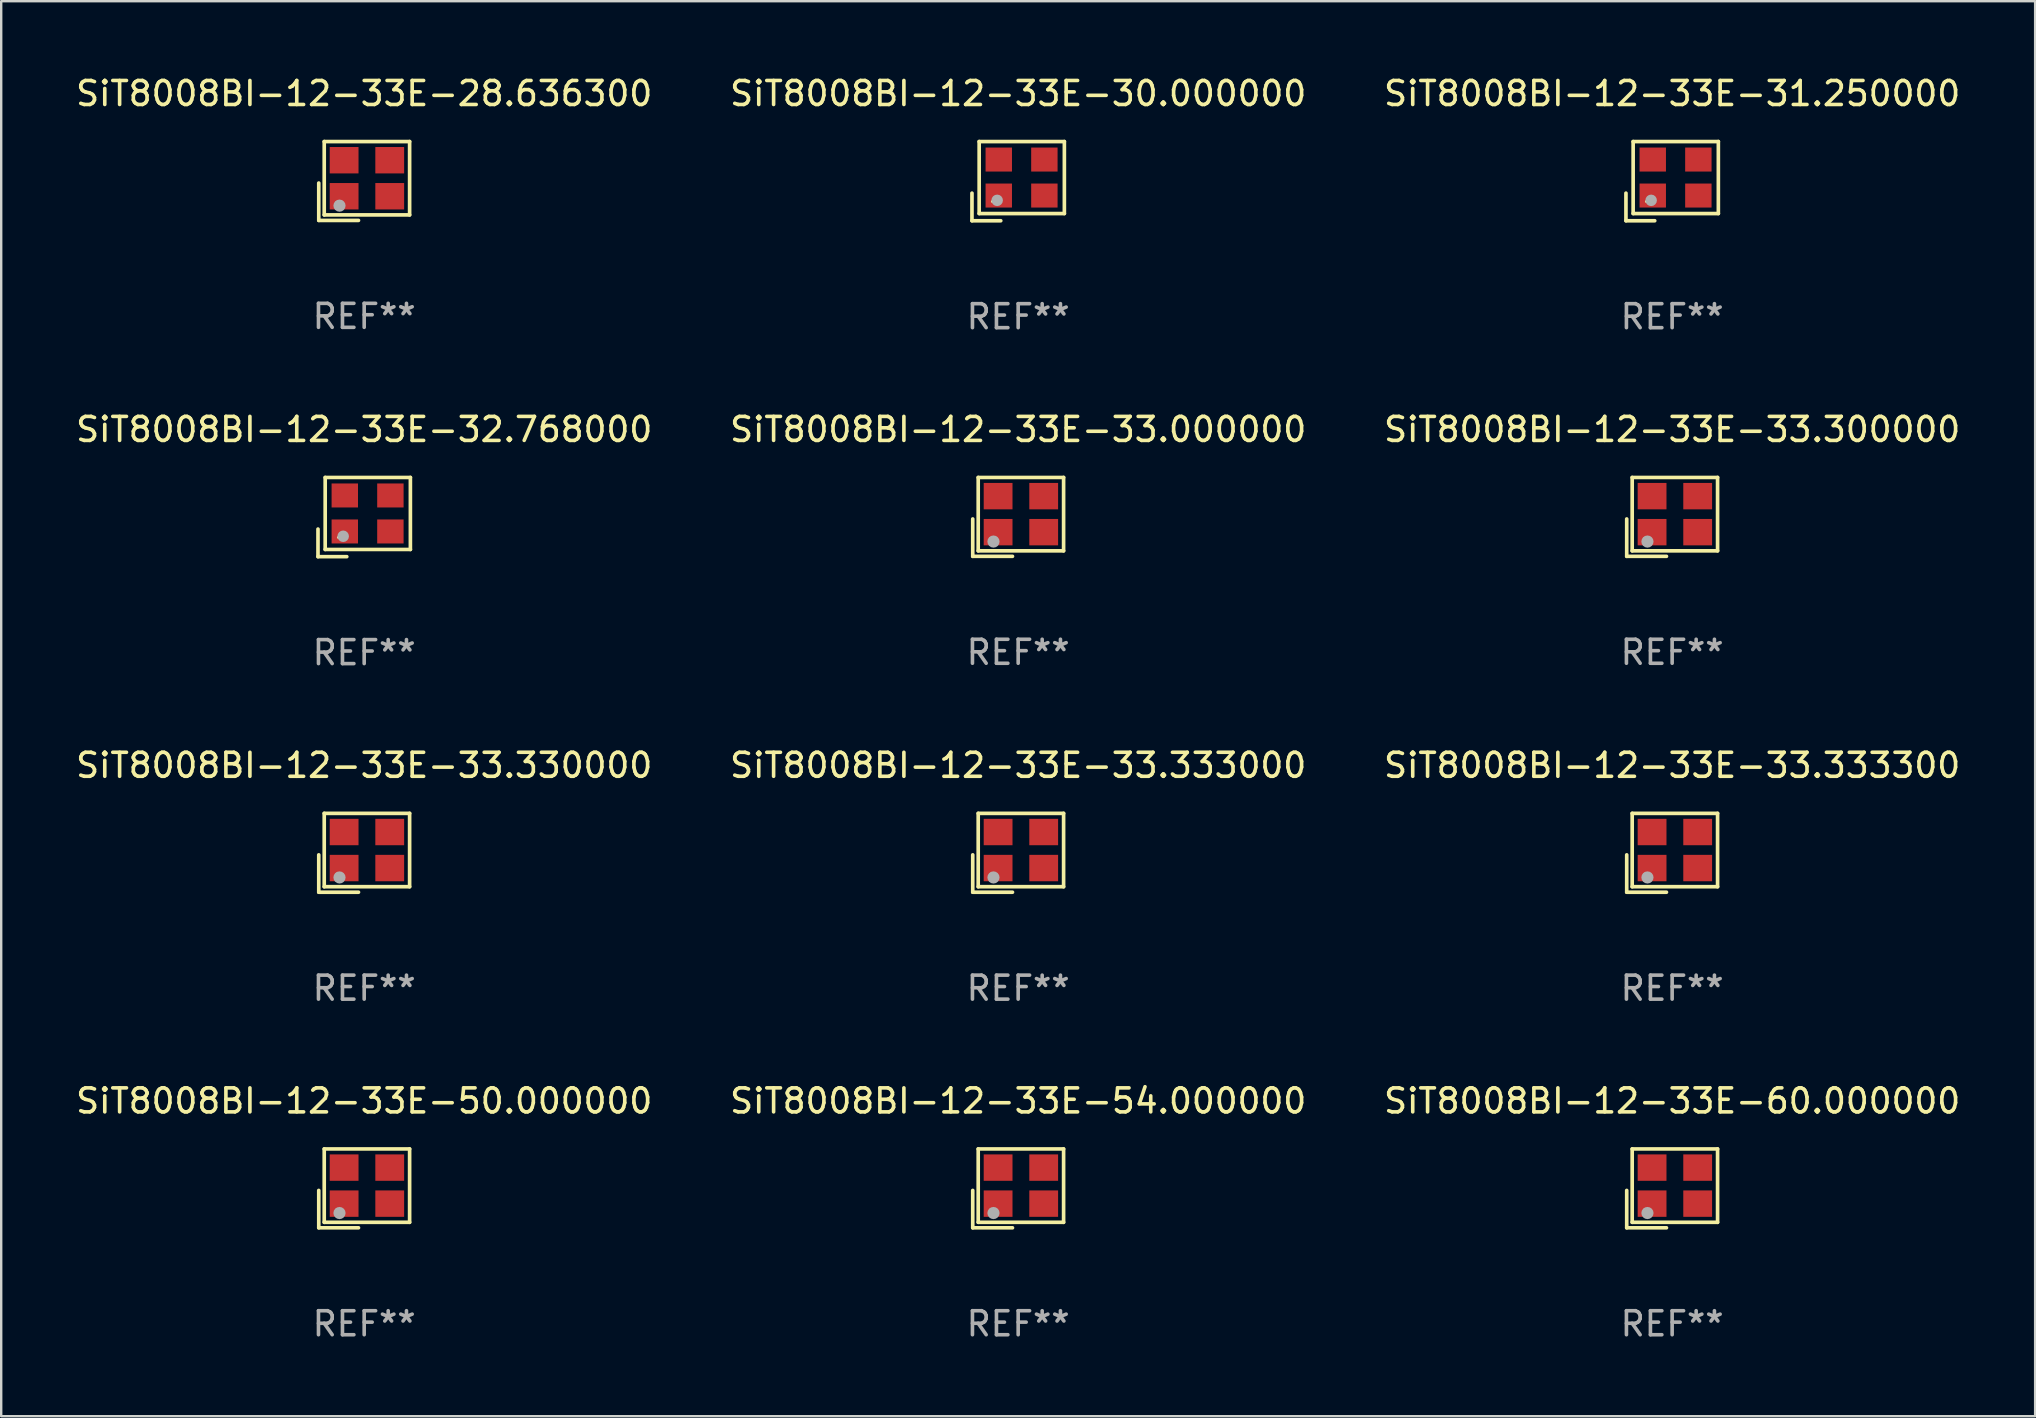
<source format=kicad_pcb>
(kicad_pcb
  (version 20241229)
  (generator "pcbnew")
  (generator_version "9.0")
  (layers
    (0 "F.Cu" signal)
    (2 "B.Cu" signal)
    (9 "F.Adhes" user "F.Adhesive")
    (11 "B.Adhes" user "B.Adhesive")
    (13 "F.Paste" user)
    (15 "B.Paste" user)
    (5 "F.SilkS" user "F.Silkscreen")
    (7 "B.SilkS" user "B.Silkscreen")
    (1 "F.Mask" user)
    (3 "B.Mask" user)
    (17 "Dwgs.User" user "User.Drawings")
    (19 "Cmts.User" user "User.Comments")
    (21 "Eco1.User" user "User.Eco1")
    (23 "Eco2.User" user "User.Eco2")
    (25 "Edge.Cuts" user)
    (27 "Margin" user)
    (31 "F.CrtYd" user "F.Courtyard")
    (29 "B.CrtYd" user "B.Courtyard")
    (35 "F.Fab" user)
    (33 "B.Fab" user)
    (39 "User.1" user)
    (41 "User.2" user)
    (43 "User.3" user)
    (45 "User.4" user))
  (footprint "SiT8008BI-12-33E-33.333300"
    (layer "F.Cu")
    (at 66.625 32.484)
    (property "Reference" "SiT8008BI-12-33E-33.333300" (at 0 -3.643 0) (layer "F.SilkS") (effects (font (size 1 1) (thickness 0.15))))
    (attr through_hole)
    (fp_line (start -1.893 0.086) (end -1.893 1.643) (stroke (width 0.152) (type solid)) (layer "F.SilkS"))
    (fp_line (start -1.893 1.643) (end -0.237 1.643) (stroke (width 0.152) (type solid)) (layer "F.SilkS"))
    (fp_line (start -1.665 -1.643) (end 1.893 -1.643) (stroke (width 0.152) (type solid)) (layer "F.SilkS"))
    (fp_line (start -1.665 1.414) (end -1.665 -1.643) (stroke (width 0.152) (type solid)) (layer "F.SilkS"))
    (fp_line (start 1.893 -1.643) (end 1.893 1.414) (stroke (width 0.152) (type solid)) (layer "F.SilkS"))
    (fp_line (start 1.893 1.414) (end -1.665 1.414) (stroke (width 0.152) (type solid)) (layer "F.SilkS"))
    (fp_circle (center -1.136 0.885) (end -1.106 0.885) (stroke (width 0.06) (type solid)) (fill no) (layer "F.SilkS"))
    (fp_circle (center -1.029 1.028) (end -0.902 1.028) (stroke (width 0.254) (type solid)) (fill no) (layer "F.Fab"))
    (fp_text user "REF**" (at 0 5.643 0) (layer "F.Fab") (effects (font (size 1 1) (thickness 0.15))))
    (pad "1" smd rect (at -0.836 0.636) (size 1.2 1.1) (layers "F.Cu" "F.Mask" "F.Paste"))
    (pad "2" smd rect (at 1.064 0.636) (size 1.2 1.1) (layers "F.Cu" "F.Mask" "F.Paste"))
    (pad "3" smd rect (at 1.064 -0.865) (size 1.2 1.1) (layers "F.Cu" "F.Mask" "F.Paste"))
    (pad "4" smd rect (at -0.836 -0.865) (size 1.2 1.1) (layers "F.Cu" "F.Mask" "F.Paste")))
  (footprint "SiT8008BI-12-33E-33.330000"
    (layer "F.Cu")
    (at 12.125 32.484)
    (property "Reference" "SiT8008BI-12-33E-33.330000" (at 0 -3.643 0) (layer "F.SilkS") (effects (font (size 1 1) (thickness 0.15))))
    (attr through_hole)
    (fp_line (start -1.893 0.086) (end -1.893 1.643) (stroke (width 0.152) (type solid)) (layer "F.SilkS"))
    (fp_line (start -1.893 1.643) (end -0.237 1.643) (stroke (width 0.152) (type solid)) (layer "F.SilkS"))
    (fp_line (start -1.665 -1.643) (end 1.893 -1.643) (stroke (width 0.152) (type solid)) (layer "F.SilkS"))
    (fp_line (start -1.665 1.414) (end -1.665 -1.643) (stroke (width 0.152) (type solid)) (layer "F.SilkS"))
    (fp_line (start 1.893 -1.643) (end 1.893 1.414) (stroke (width 0.152) (type solid)) (layer "F.SilkS"))
    (fp_line (start 1.893 1.414) (end -1.665 1.414) (stroke (width 0.152) (type solid)) (layer "F.SilkS"))
    (fp_circle (center -1.136 0.885) (end -1.106 0.885) (stroke (width 0.06) (type solid)) (fill no) (layer "F.SilkS"))
    (fp_circle (center -1.029 1.028) (end -0.902 1.028) (stroke (width 0.254) (type solid)) (fill no) (layer "F.Fab"))
    (fp_text user "REF**" (at 0 5.643 0) (layer "F.Fab") (effects (font (size 1 1) (thickness 0.15))))
    (pad "1" smd rect (at -0.836 0.636) (size 1.2 1.1) (layers "F.Cu" "F.Mask" "F.Paste"))
    (pad "2" smd rect (at 1.064 0.636) (size 1.2 1.1) (layers "F.Cu" "F.Mask" "F.Paste"))
    (pad "3" smd rect (at 1.064 -0.865) (size 1.2 1.1) (layers "F.Cu" "F.Mask" "F.Paste"))
    (pad "4" smd rect (at -0.836 -0.865) (size 1.2 1.1) (layers "F.Cu" "F.Mask" "F.Paste")))
  (footprint "SiT8008BI-12-33E-54.000000"
    (layer "F.Cu")
    (at 39.375 46.467)
    (property "Reference" "SiT8008BI-12-33E-54.000000" (at 0 -3.643 0) (layer "F.SilkS") (effects (font (size 1 1) (thickness 0.15))))
    (attr through_hole)
    (fp_line (start -1.893 0.086) (end -1.893 1.643) (stroke (width 0.152) (type solid)) (layer "F.SilkS"))
    (fp_line (start -1.893 1.643) (end -0.237 1.643) (stroke (width 0.152) (type solid)) (layer "F.SilkS"))
    (fp_line (start -1.665 -1.643) (end 1.893 -1.643) (stroke (width 0.152) (type solid)) (layer "F.SilkS"))
    (fp_line (start -1.665 1.414) (end -1.665 -1.643) (stroke (width 0.152) (type solid)) (layer "F.SilkS"))
    (fp_line (start 1.893 -1.643) (end 1.893 1.414) (stroke (width 0.152) (type solid)) (layer "F.SilkS"))
    (fp_line (start 1.893 1.414) (end -1.665 1.414) (stroke (width 0.152) (type solid)) (layer "F.SilkS"))
    (fp_circle (center -1.136 0.885) (end -1.106 0.885) (stroke (width 0.06) (type solid)) (fill no) (layer "F.SilkS"))
    (fp_circle (center -1.029 1.028) (end -0.902 1.028) (stroke (width 0.254) (type solid)) (fill no) (layer "F.Fab"))
    (fp_text user "REF**" (at 0 5.643 0) (layer "F.Fab") (effects (font (size 1 1) (thickness 0.15))))
    (pad "1" smd rect (at -0.836 0.636) (size 1.2 1.1) (layers "F.Cu" "F.Mask" "F.Paste"))
    (pad "2" smd rect (at 1.064 0.636) (size 1.2 1.1) (layers "F.Cu" "F.Mask" "F.Paste"))
    (pad "3" smd rect (at 1.064 -0.865) (size 1.2 1.1) (layers "F.Cu" "F.Mask" "F.Paste"))
    (pad "4" smd rect (at -0.836 -0.865) (size 1.2 1.1) (layers "F.Cu" "F.Mask" "F.Paste")))
  (footprint "SiT8008BI-12-33E-50.000000"
    (layer "F.Cu")
    (at 12.125 46.467)
    (property "Reference" "SiT8008BI-12-33E-50.000000" (at 0 -3.643 0) (layer "F.SilkS") (effects (font (size 1 1) (thickness 0.15))))
    (attr through_hole)
    (fp_line (start -1.893 0.086) (end -1.893 1.643) (stroke (width 0.152) (type solid)) (layer "F.SilkS"))
    (fp_line (start -1.893 1.643) (end -0.237 1.643) (stroke (width 0.152) (type solid)) (layer "F.SilkS"))
    (fp_line (start -1.665 -1.643) (end 1.893 -1.643) (stroke (width 0.152) (type solid)) (layer "F.SilkS"))
    (fp_line (start -1.665 1.414) (end -1.665 -1.643) (stroke (width 0.152) (type solid)) (layer "F.SilkS"))
    (fp_line (start 1.893 -1.643) (end 1.893 1.414) (stroke (width 0.152) (type solid)) (layer "F.SilkS"))
    (fp_line (start 1.893 1.414) (end -1.665 1.414) (stroke (width 0.152) (type solid)) (layer "F.SilkS"))
    (fp_circle (center -1.136 0.885) (end -1.106 0.885) (stroke (width 0.06) (type solid)) (fill no) (layer "F.SilkS"))
    (fp_circle (center -1.029 1.028) (end -0.902 1.028) (stroke (width 0.254) (type solid)) (fill no) (layer "F.Fab"))
    (fp_text user "REF**" (at 0 5.643 0) (layer "F.Fab") (effects (font (size 1 1) (thickness 0.15))))
    (pad "1" smd rect (at -0.836 0.636) (size 1.2 1.1) (layers "F.Cu" "F.Mask" "F.Paste"))
    (pad "2" smd rect (at 1.064 0.636) (size 1.2 1.1) (layers "F.Cu" "F.Mask" "F.Paste"))
    (pad "3" smd rect (at 1.064 -0.865) (size 1.2 1.1) (layers "F.Cu" "F.Mask" "F.Paste"))
    (pad "4" smd rect (at -0.836 -0.865) (size 1.2 1.1) (layers "F.Cu" "F.Mask" "F.Paste")))
  (footprint "SiT8008BI-12-33E-31.250000"
    (layer "F.Cu")
    (at 66.625 4.498)
    (property "Reference" "SiT8008BI-12-33E-31.250000" (at 0 -3.65 0) (layer "F.SilkS") (effects (font (size 1 1) (thickness 0.15))))
    (attr through_hole)
    (fp_line (start -1.925 0.5) (end -1.925 1.65) (stroke (width 0.152) (type solid)) (layer "F.SilkS"))
    (fp_line (start -1.925 1.65) (end -0.725 1.65) (stroke (width 0.152) (type solid)) (layer "F.SilkS"))
    (fp_line (start -1.625 -1.65) (end -1.625 1.35) (stroke (width 0.152) (type solid)) (layer "F.SilkS"))
    (fp_line (start -1.625 1.35) (end 1.925 1.35) (stroke (width 0.152) (type solid)) (layer "F.SilkS"))
    (fp_line (start 1.925 -1.65) (end -1.625 -1.65) (stroke (width 0.152) (type solid)) (layer "F.SilkS"))
    (fp_line (start 1.925 1.35) (end 1.925 -1.65) (stroke (width 0.152) (type solid)) (layer "F.SilkS"))
    (fp_circle (center -1.075 0.85) (end -1.045 0.85) (stroke (width 0.06) (type solid)) (fill no) (layer "F.SilkS"))
    (fp_circle (center -0.875 0.8) (end -0.755 0.8) (stroke (width 0.24) (type solid)) (fill no) (layer "F.Fab"))
    (fp_text user "REF**" (at 0 5.65 0) (layer "F.Fab") (effects (font (size 1 1) (thickness 0.15))))
    (pad "1" smd rect (at -0.808 0.6) (size 1.1 1) (layers "F.Cu" "F.Mask" "F.Paste"))
    (pad "2" smd rect (at 1.092 0.6) (size 1.1 1) (layers "F.Cu" "F.Mask" "F.Paste"))
    (pad "3" smd rect (at 1.092 -0.9) (size 1.1 1) (layers "F.Cu" "F.Mask" "F.Paste"))
    (pad "4" smd rect (at -0.808 -0.9) (size 1.1 1) (layers "F.Cu" "F.Mask" "F.Paste")))
  (footprint "SiT8008BI-12-33E-32.768000"
    (layer "F.Cu")
    (at 12.125 18.495)
    (property "Reference" "SiT8008BI-12-33E-32.768000" (at 0 -3.65 0) (layer "F.SilkS") (effects (font (size 1 1) (thickness 0.15))))
    (attr through_hole)
    (fp_line (start -1.925 0.5) (end -1.925 1.65) (stroke (width 0.152) (type solid)) (layer "F.SilkS"))
    (fp_line (start -1.925 1.65) (end -0.725 1.65) (stroke (width 0.152) (type solid)) (layer "F.SilkS"))
    (fp_line (start -1.625 -1.65) (end -1.625 1.35) (stroke (width 0.152) (type solid)) (layer "F.SilkS"))
    (fp_line (start -1.625 1.35) (end 1.925 1.35) (stroke (width 0.152) (type solid)) (layer "F.SilkS"))
    (fp_line (start 1.925 -1.65) (end -1.625 -1.65) (stroke (width 0.152) (type solid)) (layer "F.SilkS"))
    (fp_line (start 1.925 1.35) (end 1.925 -1.65) (stroke (width 0.152) (type solid)) (layer "F.SilkS"))
    (fp_circle (center -1.075 0.85) (end -1.045 0.85) (stroke (width 0.06) (type solid)) (fill no) (layer "F.SilkS"))
    (fp_circle (center -0.875 0.8) (end -0.755 0.8) (stroke (width 0.24) (type solid)) (fill no) (layer "F.Fab"))
    (fp_text user "REF**" (at 0 5.65 0) (layer "F.Fab") (effects (font (size 1 1) (thickness 0.15))))
    (pad "1" smd rect (at -0.808 0.6) (size 1.1 1) (layers "F.Cu" "F.Mask" "F.Paste"))
    (pad "2" smd rect (at 1.092 0.6) (size 1.1 1) (layers "F.Cu" "F.Mask" "F.Paste"))
    (pad "3" smd rect (at 1.092 -0.9) (size 1.1 1) (layers "F.Cu" "F.Mask" "F.Paste"))
    (pad "4" smd rect (at -0.808 -0.9) (size 1.1 1) (layers "F.Cu" "F.Mask" "F.Paste")))
  (footprint "SiT8008BI-12-33E-28.636300"
    (layer "F.Cu")
    (at 12.125 4.491)
    (property "Reference" "SiT8008BI-12-33E-28.636300" (at 0 -3.643 0) (layer "F.SilkS") (effects (font (size 1 1) (thickness 0.15))))
    (attr through_hole)
    (fp_line (start -1.893 0.086) (end -1.893 1.643) (stroke (width 0.152) (type solid)) (layer "F.SilkS"))
    (fp_line (start -1.893 1.643) (end -0.237 1.643) (stroke (width 0.152) (type solid)) (layer "F.SilkS"))
    (fp_line (start -1.665 -1.643) (end 1.893 -1.643) (stroke (width 0.152) (type solid)) (layer "F.SilkS"))
    (fp_line (start -1.665 1.414) (end -1.665 -1.643) (stroke (width 0.152) (type solid)) (layer "F.SilkS"))
    (fp_line (start 1.893 -1.643) (end 1.893 1.414) (stroke (width 0.152) (type solid)) (layer "F.SilkS"))
    (fp_line (start 1.893 1.414) (end -1.665 1.414) (stroke (width 0.152) (type solid)) (layer "F.SilkS"))
    (fp_circle (center -1.136 0.885) (end -1.106 0.885) (stroke (width 0.06) (type solid)) (fill no) (layer "F.SilkS"))
    (fp_circle (center -1.029 1.028) (end -0.902 1.028) (stroke (width 0.254) (type solid)) (fill no) (layer "F.Fab"))
    (fp_text user "REF**" (at 0 5.643 0) (layer "F.Fab") (effects (font (size 1 1) (thickness 0.15))))
    (pad "1" smd rect (at -0.836 0.636) (size 1.2 1.1) (layers "F.Cu" "F.Mask" "F.Paste"))
    (pad "2" smd rect (at 1.064 0.636) (size 1.2 1.1) (layers "F.Cu" "F.Mask" "F.Paste"))
    (pad "3" smd rect (at 1.064 -0.865) (size 1.2 1.1) (layers "F.Cu" "F.Mask" "F.Paste"))
    (pad "4" smd rect (at -0.836 -0.865) (size 1.2 1.1) (layers "F.Cu" "F.Mask" "F.Paste")))
  (footprint "SiT8008BI-12-33E-33.333000"
    (layer "F.Cu")
    (at 39.375 32.484)
    (property "Reference" "SiT8008BI-12-33E-33.333000" (at 0 -3.643 0) (layer "F.SilkS") (effects (font (size 1 1) (thickness 0.15))))
    (attr through_hole)
    (fp_line (start -1.893 0.086) (end -1.893 1.643) (stroke (width 0.152) (type solid)) (layer "F.SilkS"))
    (fp_line (start -1.893 1.643) (end -0.237 1.643) (stroke (width 0.152) (type solid)) (layer "F.SilkS"))
    (fp_line (start -1.665 -1.643) (end 1.893 -1.643) (stroke (width 0.152) (type solid)) (layer "F.SilkS"))
    (fp_line (start -1.665 1.414) (end -1.665 -1.643) (stroke (width 0.152) (type solid)) (layer "F.SilkS"))
    (fp_line (start 1.893 -1.643) (end 1.893 1.414) (stroke (width 0.152) (type solid)) (layer "F.SilkS"))
    (fp_line (start 1.893 1.414) (end -1.665 1.414) (stroke (width 0.152) (type solid)) (layer "F.SilkS"))
    (fp_circle (center -1.136 0.885) (end -1.106 0.885) (stroke (width 0.06) (type solid)) (fill no) (layer "F.SilkS"))
    (fp_circle (center -1.029 1.028) (end -0.902 1.028) (stroke (width 0.254) (type solid)) (fill no) (layer "F.Fab"))
    (fp_text user "REF**" (at 0 5.643 0) (layer "F.Fab") (effects (font (size 1 1) (thickness 0.15))))
    (pad "1" smd rect (at -0.836 0.636) (size 1.2 1.1) (layers "F.Cu" "F.Mask" "F.Paste"))
    (pad "2" smd rect (at 1.064 0.636) (size 1.2 1.1) (layers "F.Cu" "F.Mask" "F.Paste"))
    (pad "3" smd rect (at 1.064 -0.865) (size 1.2 1.1) (layers "F.Cu" "F.Mask" "F.Paste"))
    (pad "4" smd rect (at -0.836 -0.865) (size 1.2 1.1) (layers "F.Cu" "F.Mask" "F.Paste")))
  (footprint "SiT8008BI-12-33E-33.000000"
    (layer "F.Cu")
    (at 39.375 18.488)
    (property "Reference" "SiT8008BI-12-33E-33.000000" (at 0 -3.643 0) (layer "F.SilkS") (effects (font (size 1 1) (thickness 0.15))))
    (attr through_hole)
    (fp_line (start -1.893 0.086) (end -1.893 1.643) (stroke (width 0.152) (type solid)) (layer "F.SilkS"))
    (fp_line (start -1.893 1.643) (end -0.237 1.643) (stroke (width 0.152) (type solid)) (layer "F.SilkS"))
    (fp_line (start -1.665 -1.643) (end 1.893 -1.643) (stroke (width 0.152) (type solid)) (layer "F.SilkS"))
    (fp_line (start -1.665 1.414) (end -1.665 -1.643) (stroke (width 0.152) (type solid)) (layer "F.SilkS"))
    (fp_line (start 1.893 -1.643) (end 1.893 1.414) (stroke (width 0.152) (type solid)) (layer "F.SilkS"))
    (fp_line (start 1.893 1.414) (end -1.665 1.414) (stroke (width 0.152) (type solid)) (layer "F.SilkS"))
    (fp_circle (center -1.136 0.885) (end -1.106 0.885) (stroke (width 0.06) (type solid)) (fill no) (layer "F.SilkS"))
    (fp_circle (center -1.029 1.028) (end -0.902 1.028) (stroke (width 0.254) (type solid)) (fill no) (layer "F.Fab"))
    (fp_text user "REF**" (at 0 5.643 0) (layer "F.Fab") (effects (font (size 1 1) (thickness 0.15))))
    (pad "1" smd rect (at -0.836 0.636) (size 1.2 1.1) (layers "F.Cu" "F.Mask" "F.Paste"))
    (pad "2" smd rect (at 1.064 0.636) (size 1.2 1.1) (layers "F.Cu" "F.Mask" "F.Paste"))
    (pad "3" smd rect (at 1.064 -0.865) (size 1.2 1.1) (layers "F.Cu" "F.Mask" "F.Paste"))
    (pad "4" smd rect (at -0.836 -0.865) (size 1.2 1.1) (layers "F.Cu" "F.Mask" "F.Paste")))
  (footprint "SiT8008BI-12-33E-33.300000"
    (layer "F.Cu")
    (at 66.625 18.488)
    (property "Reference" "SiT8008BI-12-33E-33.300000" (at 0 -3.643 0) (layer "F.SilkS") (effects (font (size 1 1) (thickness 0.15))))
    (attr through_hole)
    (fp_line (start -1.893 0.086) (end -1.893 1.643) (stroke (width 0.152) (type solid)) (layer "F.SilkS"))
    (fp_line (start -1.893 1.643) (end -0.237 1.643) (stroke (width 0.152) (type solid)) (layer "F.SilkS"))
    (fp_line (start -1.665 -1.643) (end 1.893 -1.643) (stroke (width 0.152) (type solid)) (layer "F.SilkS"))
    (fp_line (start -1.665 1.414) (end -1.665 -1.643) (stroke (width 0.152) (type solid)) (layer "F.SilkS"))
    (fp_line (start 1.893 -1.643) (end 1.893 1.414) (stroke (width 0.152) (type solid)) (layer "F.SilkS"))
    (fp_line (start 1.893 1.414) (end -1.665 1.414) (stroke (width 0.152) (type solid)) (layer "F.SilkS"))
    (fp_circle (center -1.136 0.885) (end -1.106 0.885) (stroke (width 0.06) (type solid)) (fill no) (layer "F.SilkS"))
    (fp_circle (center -1.029 1.028) (end -0.902 1.028) (stroke (width 0.254) (type solid)) (fill no) (layer "F.Fab"))
    (fp_text user "REF**" (at 0 5.643 0) (layer "F.Fab") (effects (font (size 1 1) (thickness 0.15))))
    (pad "1" smd rect (at -0.836 0.636) (size 1.2 1.1) (layers "F.Cu" "F.Mask" "F.Paste"))
    (pad "2" smd rect (at 1.064 0.636) (size 1.2 1.1) (layers "F.Cu" "F.Mask" "F.Paste"))
    (pad "3" smd rect (at 1.064 -0.865) (size 1.2 1.1) (layers "F.Cu" "F.Mask" "F.Paste"))
    (pad "4" smd rect (at -0.836 -0.865) (size 1.2 1.1) (layers "F.Cu" "F.Mask" "F.Paste")))
  (footprint "SiT8008BI-12-33E-60.000000"
    (layer "F.Cu")
    (at 66.625 46.467)
    (property "Reference" "SiT8008BI-12-33E-60.000000" (at 0 -3.643 0) (layer "F.SilkS") (effects (font (size 1 1) (thickness 0.15))))
    (attr through_hole)
    (fp_line (start -1.893 0.086) (end -1.893 1.643) (stroke (width 0.152) (type solid)) (layer "F.SilkS"))
    (fp_line (start -1.893 1.643) (end -0.237 1.643) (stroke (width 0.152) (type solid)) (layer "F.SilkS"))
    (fp_line (start -1.665 -1.643) (end 1.893 -1.643) (stroke (width 0.152) (type solid)) (layer "F.SilkS"))
    (fp_line (start -1.665 1.414) (end -1.665 -1.643) (stroke (width 0.152) (type solid)) (layer "F.SilkS"))
    (fp_line (start 1.893 -1.643) (end 1.893 1.414) (stroke (width 0.152) (type solid)) (layer "F.SilkS"))
    (fp_line (start 1.893 1.414) (end -1.665 1.414) (stroke (width 0.152) (type solid)) (layer "F.SilkS"))
    (fp_circle (center -1.136 0.885) (end -1.106 0.885) (stroke (width 0.06) (type solid)) (fill no) (layer "F.SilkS"))
    (fp_circle (center -1.029 1.028) (end -0.902 1.028) (stroke (width 0.254) (type solid)) (fill no) (layer "F.Fab"))
    (fp_text user "REF**" (at 0 5.643 0) (layer "F.Fab") (effects (font (size 1 1) (thickness 0.15))))
    (pad "1" smd rect (at -0.836 0.636) (size 1.2 1.1) (layers "F.Cu" "F.Mask" "F.Paste"))
    (pad "2" smd rect (at 1.064 0.636) (size 1.2 1.1) (layers "F.Cu" "F.Mask" "F.Paste"))
    (pad "3" smd rect (at 1.064 -0.865) (size 1.2 1.1) (layers "F.Cu" "F.Mask" "F.Paste"))
    (pad "4" smd rect (at -0.836 -0.865) (size 1.2 1.1) (layers "F.Cu" "F.Mask" "F.Paste")))
  (footprint "SiT8008BI-12-33E-30.000000"
    (layer "F.Cu")
    (at 39.375 4.498)
    (property "Reference" "SiT8008BI-12-33E-30.000000" (at 0 -3.65 0) (layer "F.SilkS") (effects (font (size 1 1) (thickness 0.15))))
    (attr through_hole)
    (fp_line (start -1.925 0.5) (end -1.925 1.65) (stroke (width 0.152) (type solid)) (layer "F.SilkS"))
    (fp_line (start -1.925 1.65) (end -0.725 1.65) (stroke (width 0.152) (type solid)) (layer "F.SilkS"))
    (fp_line (start -1.625 -1.65) (end -1.625 1.35) (stroke (width 0.152) (type solid)) (layer "F.SilkS"))
    (fp_line (start -1.625 1.35) (end 1.925 1.35) (stroke (width 0.152) (type solid)) (layer "F.SilkS"))
    (fp_line (start 1.925 -1.65) (end -1.625 -1.65) (stroke (width 0.152) (type solid)) (layer "F.SilkS"))
    (fp_line (start 1.925 1.35) (end 1.925 -1.65) (stroke (width 0.152) (type solid)) (layer "F.SilkS"))
    (fp_circle (center -1.075 0.85) (end -1.045 0.85) (stroke (width 0.06) (type solid)) (fill no) (layer "F.SilkS"))
    (fp_circle (center -0.875 0.8) (end -0.755 0.8) (stroke (width 0.24) (type solid)) (fill no) (layer "F.Fab"))
    (fp_text user "REF**" (at 0 5.65 0) (layer "F.Fab") (effects (font (size 1 1) (thickness 0.15))))
    (pad "1" smd rect (at -0.808 0.6) (size 1.1 1) (layers "F.Cu" "F.Mask" "F.Paste"))
    (pad "2" smd rect (at 1.092 0.6) (size 1.1 1) (layers "F.Cu" "F.Mask" "F.Paste"))
    (pad "3" smd rect (at 1.092 -0.9) (size 1.1 1) (layers "F.Cu" "F.Mask" "F.Paste"))
    (pad "4" smd rect (at -0.808 -0.9) (size 1.1 1) (layers "F.Cu" "F.Mask" "F.Paste")))
  (gr_rect
    (start -3 -3)
    (end 81.75 55.959)
    (stroke (width 0.1) (type default))
    (fill no)
    (layer "Edge.Cuts")))
</source>
